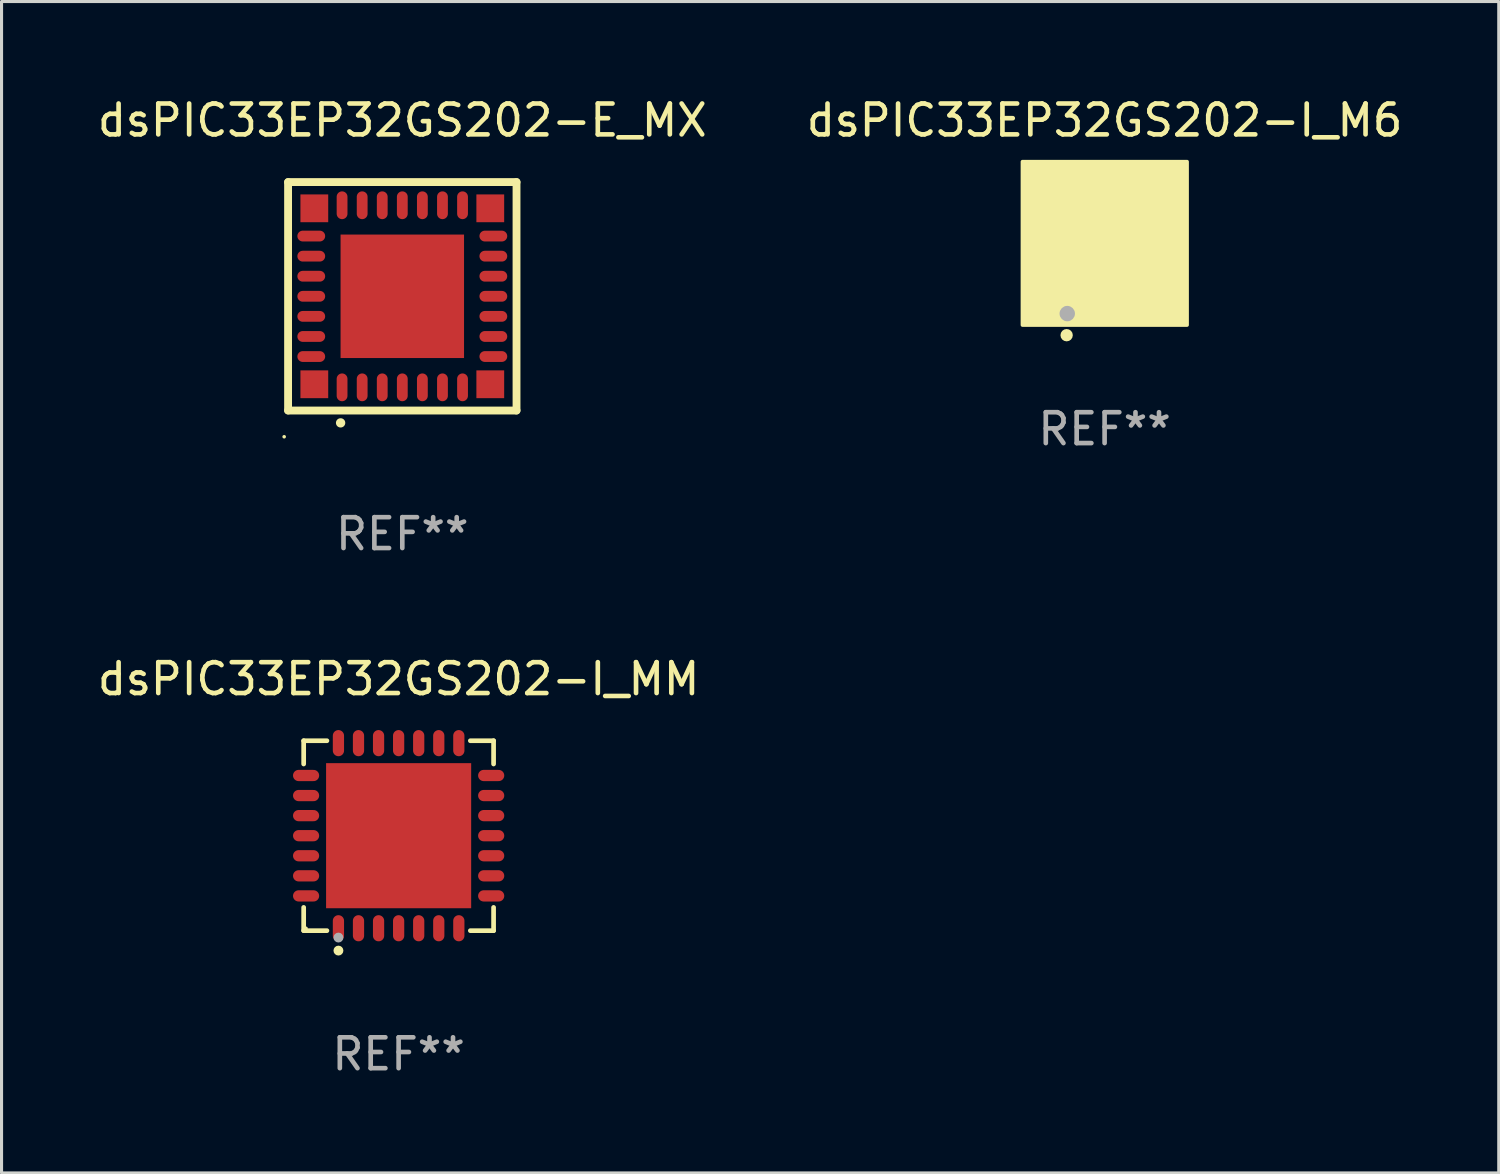
<source format=kicad_pcb>
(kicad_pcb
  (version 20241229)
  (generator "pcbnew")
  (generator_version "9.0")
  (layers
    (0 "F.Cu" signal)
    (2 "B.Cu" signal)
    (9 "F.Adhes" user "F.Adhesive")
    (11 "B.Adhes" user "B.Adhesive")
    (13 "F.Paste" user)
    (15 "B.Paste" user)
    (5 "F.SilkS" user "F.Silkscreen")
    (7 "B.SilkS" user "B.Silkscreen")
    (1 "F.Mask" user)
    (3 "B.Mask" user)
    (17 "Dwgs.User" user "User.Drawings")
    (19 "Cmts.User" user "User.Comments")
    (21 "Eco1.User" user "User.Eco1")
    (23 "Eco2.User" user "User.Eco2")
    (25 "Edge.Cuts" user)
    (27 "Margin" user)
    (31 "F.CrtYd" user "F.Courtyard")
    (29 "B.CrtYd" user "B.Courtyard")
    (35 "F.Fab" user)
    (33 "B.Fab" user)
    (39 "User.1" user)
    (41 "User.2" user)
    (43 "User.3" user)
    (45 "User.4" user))
  (footprint "dsPIC33EP32GS202-I_MM"
    (layer "F.Cu")
    (at 9.863 24.021)
    (property "Reference" "dsPIC33EP32GS202-I_MM" (at 0 -5.076 0) (layer "F.SilkS") (effects (font (size 1 1) (thickness 0.15))))
    (attr through_hole)
    (fp_line (start -3.076 -3.076) (end -2.323 -3.076) (stroke (width 0.152) (type solid)) (layer "F.SilkS"))
    (fp_line (start -3.076 -2.323) (end -3.076 -3.076) (stroke (width 0.152) (type solid)) (layer "F.SilkS"))
    (fp_line (start -3.076 2.323) (end -3.076 3.076) (stroke (width 0.152) (type solid)) (layer "F.SilkS"))
    (fp_line (start -3.076 3.076) (end -2.323 3.076) (stroke (width 0.152) (type solid)) (layer "F.SilkS"))
    (fp_line (start 3.076 -3.076) (end 2.323 -3.076) (stroke (width 0.152) (type solid)) (layer "F.SilkS"))
    (fp_line (start 3.076 -2.323) (end 3.076 -3.076) (stroke (width 0.152) (type solid)) (layer "F.SilkS"))
    (fp_line (start 3.076 2.323) (end 3.076 3.076) (stroke (width 0.152) (type solid)) (layer "F.SilkS"))
    (fp_line (start 3.076 3.076) (end 2.323 3.076) (stroke (width 0.152) (type solid)) (layer "F.SilkS"))
    (fp_circle (center -3 3) (end -2.97 3) (stroke (width 0.06) (type solid)) (fill no) (layer "F.SilkS"))
    (fp_circle (center -1.95 3.722) (end -1.87 3.722) (stroke (width 0.16) (type solid)) (fill no) (layer "F.SilkS"))
    (fp_circle (center -1.95 3.3) (end -1.87 3.3) (stroke (width 0.16) (type solid)) (fill no) (layer "F.Fab"))
    (fp_text user "REF**" (at 0 7.076 0) (layer "F.Fab") (effects (font (size 1 1) (thickness 0.15))))
    (pad "1" smd oval (at -1.95 2.998) (size 0.364 0.847) (layers "F.Cu" "F.Mask" "F.Paste"))
    (pad "2" smd oval (at -1.3 2.998) (size 0.364 0.847) (layers "F.Cu" "F.Mask" "F.Paste"))
    (pad "3" smd oval (at -0.65 2.998) (size 0.364 0.847) (layers "F.Cu" "F.Mask" "F.Paste"))
    (pad "4" smd oval (at 0 2.998) (size 0.364 0.847) (layers "F.Cu" "F.Mask" "F.Paste"))
    (pad "5" smd oval (at 0.65 2.998) (size 0.364 0.847) (layers "F.Cu" "F.Mask" "F.Paste"))
    (pad "6" smd oval (at 1.3 2.998) (size 0.364 0.847) (layers "F.Cu" "F.Mask" "F.Paste"))
    (pad "7" smd oval (at 1.95 2.998) (size 0.364 0.847) (layers "F.Cu" "F.Mask" "F.Paste"))
    (pad "8" smd oval (at 2.998 1.95) (size 0.847 0.364) (layers "F.Cu" "F.Mask" "F.Paste"))
    (pad "9" smd oval (at 2.998 1.3) (size 0.847 0.364) (layers "F.Cu" "F.Mask" "F.Paste"))
    (pad "10" smd oval (at 2.998 0.65) (size 0.847 0.364) (layers "F.Cu" "F.Mask" "F.Paste"))
    (pad "11" smd oval (at 2.998 0) (size 0.847 0.364) (layers "F.Cu" "F.Mask" "F.Paste"))
    (pad "12" smd oval (at 2.998 -0.65) (size 0.847 0.364) (layers "F.Cu" "F.Mask" "F.Paste"))
    (pad "13" smd oval (at 2.998 -1.3) (size 0.847 0.364) (layers "F.Cu" "F.Mask" "F.Paste"))
    (pad "14" smd oval (at 2.998 -1.95) (size 0.847 0.364) (layers "F.Cu" "F.Mask" "F.Paste"))
    (pad "15" smd oval (at 1.95 -2.998) (size 0.364 0.847) (layers "F.Cu" "F.Mask" "F.Paste"))
    (pad "16" smd oval (at 1.3 -2.998) (size 0.364 0.847) (layers "F.Cu" "F.Mask" "F.Paste"))
    (pad "17" smd oval (at 0.65 -2.998) (size 0.364 0.847) (layers "F.Cu" "F.Mask" "F.Paste"))
    (pad "18" smd oval (at 0 -2.998) (size 0.364 0.847) (layers "F.Cu" "F.Mask" "F.Paste"))
    (pad "19" smd oval (at -0.65 -2.998) (size 0.364 0.847) (layers "F.Cu" "F.Mask" "F.Paste"))
    (pad "20" smd oval (at -1.3 -2.998) (size 0.364 0.847) (layers "F.Cu" "F.Mask" "F.Paste"))
    (pad "21" smd oval (at -1.95 -2.998) (size 0.364 0.847) (layers "F.Cu" "F.Mask" "F.Paste"))
    (pad "22" smd oval (at -2.998 -1.95) (size 0.847 0.364) (layers "F.Cu" "F.Mask" "F.Paste"))
    (pad "23" smd oval (at -2.998 -1.3) (size 0.847 0.364) (layers "F.Cu" "F.Mask" "F.Paste"))
    (pad "24" smd oval (at -2.998 -0.65) (size 0.847 0.364) (layers "F.Cu" "F.Mask" "F.Paste"))
    (pad "25" smd oval (at -2.998 0) (size 0.847 0.364) (layers "F.Cu" "F.Mask" "F.Paste"))
    (pad "26" smd oval (at -2.998 0.65) (size 0.847 0.364) (layers "F.Cu" "F.Mask" "F.Paste"))
    (pad "27" smd oval (at -2.998 1.3) (size 0.847 0.364) (layers "F.Cu" "F.Mask" "F.Paste"))
    (pad "28" smd oval (at -2.998 1.95) (size 0.847 0.364) (layers "F.Cu" "F.Mask" "F.Paste"))
    (pad "29" smd rect (at 0 0) (size 4.7 4.7) (layers "F.Cu" "F.Mask" "F.Paste")))
  (footprint "dsPIC33EP32GS202-E_MX"
    (layer "F.Cu")
    (at 9.982 6.548)
    (property "Reference" "dsPIC33EP32GS202-E_MX" (at 0 -5.7 0) (layer "F.SilkS") (effects (font (size 1 1) (thickness 0.15))))
    (attr through_hole)
    (fp_line (start -3.7 -3.7) (end 3.7 -3.7) (stroke (width 0.254) (type solid)) (layer "F.SilkS"))
    (fp_line (start -3.7 3.7) (end -3.7 -3.7) (stroke (width 0.254) (type solid)) (layer "F.SilkS"))
    (fp_line (start 3.7 -3.7) (end 3.7 3.7) (stroke (width 0.254) (type solid)) (layer "F.SilkS"))
    (fp_line (start 3.7 3.7) (end -3.7 3.7) (stroke (width 0.254) (type solid)) (layer "F.SilkS"))
    (fp_arc (start -2 4.1) (mid -1.99873 4.099995) (end -1.99746 4.1) (stroke (width 0.3) (type solid)) (layer "F.SilkS"))
    (fp_circle (center -3.827 4.55) (end -3.797 4.55) (stroke (width 0.06) (type solid)) (fill no) (layer "F.SilkS"))
    (fp_text user "REF**" (at 0 7.7 0) (layer "F.Fab") (effects (font (size 1 1) (thickness 0.15))))
    (pad "1" smd oval (at -1.951 2.949 180) (size 0.35 0.9) (layers "F.Cu" "F.Mask" "F.Paste"))
    (pad "2" smd oval (at -1.3 2.949 180) (size 0.35 0.9) (layers "F.Cu" "F.Mask" "F.Paste"))
    (pad "3" smd oval (at -0.65 2.949 180) (size 0.35 0.9) (layers "F.Cu" "F.Mask" "F.Paste"))
    (pad "4" smd oval (at 0.000051 2.949 180) (size 0.35 0.9) (layers "F.Cu" "F.Mask" "F.Paste"))
    (pad "5" smd oval (at 0.65 2.949 180) (size 0.35 0.9) (layers "F.Cu" "F.Mask" "F.Paste"))
    (pad "6" smd oval (at 1.301 2.949 180) (size 0.35 0.9) (layers "F.Cu" "F.Mask" "F.Paste"))
    (pad "7" smd oval (at 1.951 2.949 180) (size 0.35 0.9) (layers "F.Cu" "F.Mask" "F.Paste"))
    (pad "8" smd oval (at 2.949 1.951 90) (size 0.35 0.9) (layers "F.Cu" "F.Mask" "F.Paste"))
    (pad "9" smd oval (at 2.949 1.301 90) (size 0.35 0.9) (layers "F.Cu" "F.Mask" "F.Paste"))
    (pad "10" smd oval (at 2.949 0.65 90) (size 0.35 0.9) (layers "F.Cu" "F.Mask" "F.Paste"))
    (pad "11" smd oval (at 2.949 0.000051 90) (size 0.35 0.9) (layers "F.Cu" "F.Mask" "F.Paste"))
    (pad "12" smd oval (at 2.949 -0.65 90) (size 0.35 0.9) (layers "F.Cu" "F.Mask" "F.Paste"))
    (pad "13" smd oval (at 2.949 -1.3 90) (size 0.35 0.9) (layers "F.Cu" "F.Mask" "F.Paste"))
    (pad "14" smd oval (at 2.949 -1.951 90) (size 0.35 0.9) (layers "F.Cu" "F.Mask" "F.Paste"))
    (pad "15" smd oval (at 1.951 -2.949 180) (size 0.35 0.9) (layers "F.Cu" "F.Mask" "F.Paste"))
    (pad "16" smd oval (at 1.301 -2.949 180) (size 0.35 0.9) (layers "F.Cu" "F.Mask" "F.Paste"))
    (pad "17" smd oval (at 0.65 -2.949 180) (size 0.35 0.9) (layers "F.Cu" "F.Mask" "F.Paste"))
    (pad "18" smd oval (at 0.000051 -2.949 180) (size 0.35 0.9) (layers "F.Cu" "F.Mask" "F.Paste"))
    (pad "19" smd oval (at -0.65 -2.949 180) (size 0.35 0.9) (layers "F.Cu" "F.Mask" "F.Paste"))
    (pad "20" smd oval (at -1.3 -2.949 180) (size 0.35 0.9) (layers "F.Cu" "F.Mask" "F.Paste"))
    (pad "21" smd oval (at -1.951 -2.949 180) (size 0.35 0.9) (layers "F.Cu" "F.Mask" "F.Paste"))
    (pad "22" smd oval (at -2.949 -1.951 90) (size 0.35 0.9) (layers "F.Cu" "F.Mask" "F.Paste"))
    (pad "23" smd oval (at -2.949 -1.3 90) (size 0.35 0.9) (layers "F.Cu" "F.Mask" "F.Paste"))
    (pad "24" smd oval (at -2.949 -0.65 90) (size 0.35 0.9) (layers "F.Cu" "F.Mask" "F.Paste"))
    (pad "25" smd oval (at -2.949 0.000051 90) (size 0.35 0.9) (layers "F.Cu" "F.Mask" "F.Paste"))
    (pad "26" smd oval (at -2.949 0.65 90) (size 0.35 0.9) (layers "F.Cu" "F.Mask" "F.Paste"))
    (pad "27" smd oval (at -2.949 1.301 90) (size 0.35 0.9) (layers "F.Cu" "F.Mask" "F.Paste"))
    (pad "28" smd oval (at -2.949 1.951 90) (size 0.35 0.9) (layers "F.Cu" "F.Mask" "F.Paste"))
    (pad "29" smd rect (at -2.85 -2.85 90) (size 0.9 0.9) (layers "F.Cu" "F.Mask" "F.Paste"))
    (pad "29" smd rect (at -2.85 2.85 90) (size 0.9 0.9) (layers "F.Cu" "F.Mask" "F.Paste"))
    (pad "29" smd rect (at 0.000051 0.000051 90) (size 4 4) (layers "F.Cu" "F.Mask" "F.Paste"))
    (pad "29" smd rect (at 2.85 -2.85 90) (size 0.9 0.9) (layers "F.Cu" "F.Mask" "F.Paste"))
    (pad "29" smd rect (at 2.85 2.85 90) (size 0.9 0.9) (layers "F.Cu" "F.Mask" "F.Paste")))
  (footprint "dsPIC33EP32GS202-I_M6"
    (layer "F.Cu")
    (at 32.732 4.848)
    (property "Reference" "dsPIC33EP32GS202-I_M6" (at 0 -4 0) (layer "F.SilkS") (effects (font (size 1 1) (thickness 0.15))))
    (attr through_hole)
    (fp_circle (center -2 2) (end -1.97 2) (stroke (width 0.06) (type solid)) (fill no) (layer "F.SilkS"))
    (fp_circle (center -1.23 2.96) (end -1.13 2.96) (stroke (width 0.2) (type solid)) (fill no) (layer "F.SilkS"))
    (fp_poly (pts (xy -2.66 -2.66) (xy 2.67 -2.66) (xy 2.67 2.63) (xy -2.66 2.63)) (stroke (width 0.12) (type solid)) (fill yes) (layer "F.SilkS"))
    (fp_circle (center -1.21 2.26) (end -1.085 2.26) (stroke (width 0.25) (type solid)) (fill no) (layer "F.Fab"))
    (fp_text user "REF**" (at 0 6 0) (layer "F.Fab") (effects (font (size 1 1) (thickness 0.15))))
    (pad "1" smd rect (at -1.2 2 180) (size 0.2 0.85) (layers "F.Cu" "F.Mask" "F.Paste"))
    (pad "2" smd rect (at -0.8 2 180) (size 0.2 0.85) (layers "F.Cu" "F.Mask" "F.Paste"))
    (pad "3" smd rect (at -0.4 2 180) (size 0.2 0.85) (layers "F.Cu" "F.Mask" "F.Paste"))
    (pad "4" smd rect (at -0.000025 2 180) (size 0.2 0.85) (layers "F.Cu" "F.Mask" "F.Paste"))
    (pad "5" smd rect (at 0.4 2 180) (size 0.2 0.85) (layers "F.Cu" "F.Mask" "F.Paste"))
    (pad "6" smd rect (at 0.8 2 180) (size 0.2 0.85) (layers "F.Cu" "F.Mask" "F.Paste"))
    (pad "7" smd rect (at 1.2 2 180) (size 0.2 0.85) (layers "F.Cu" "F.Mask" "F.Paste"))
    (pad "8" smd rect (at 2 1.2 270) (size 0.2 0.85) (layers "F.Cu" "F.Mask" "F.Paste"))
    (pad "9" smd rect (at 2 0.8 270) (size 0.2 0.85) (layers "F.Cu" "F.Mask" "F.Paste"))
    (pad "10" smd rect (at 2 0.4 270) (size 0.2 0.85) (layers "F.Cu" "F.Mask" "F.Paste"))
    (pad "11" smd rect (at 2 -0.000025 270) (size 0.2 0.85) (layers "F.Cu" "F.Mask" "F.Paste"))
    (pad "12" smd rect (at 2 -0.4 270) (size 0.2 0.85) (layers "F.Cu" "F.Mask" "F.Paste"))
    (pad "13" smd rect (at 2 -0.8 270) (size 0.2 0.85) (layers "F.Cu" "F.Mask" "F.Paste"))
    (pad "14" smd rect (at 2 -1.2 270) (size 0.2 0.85) (layers "F.Cu" "F.Mask" "F.Paste"))
    (pad "15" smd rect (at 1.2 -2) (size 0.2 0.85) (layers "F.Cu" "F.Mask" "F.Paste"))
    (pad "16" smd rect (at 0.8 -2) (size 0.2 0.85) (layers "F.Cu" "F.Mask" "F.Paste"))
    (pad "17" smd rect (at 0.4 -2) (size 0.2 0.85) (layers "F.Cu" "F.Mask" "F.Paste"))
    (pad "18" smd rect (at -0.000051 -2) (size 0.2 0.85) (layers "F.Cu" "F.Mask" "F.Paste"))
    (pad "19" smd rect (at -0.4 -2) (size 0.2 0.85) (layers "F.Cu" "F.Mask" "F.Paste"))
    (pad "20" smd rect (at -0.8 -2) (size 0.2 0.85) (layers "F.Cu" "F.Mask" "F.Paste"))
    (pad "21" smd rect (at -1.2 -2) (size 0.2 0.85) (layers "F.Cu" "F.Mask" "F.Paste"))
    (pad "22" smd rect (at -2 -1.2 90) (size 0.2 0.85) (layers "F.Cu" "F.Mask" "F.Paste"))
    (pad "23" smd rect (at -2 -0.8 90) (size 0.2 0.85) (layers "F.Cu" "F.Mask" "F.Paste"))
    (pad "24" smd rect (at -2 -0.4 90) (size 0.2 0.85) (layers "F.Cu" "F.Mask" "F.Paste"))
    (pad "25" smd rect (at -2 -0.000025 90) (size 0.2 0.85) (layers "F.Cu" "F.Mask" "F.Paste"))
    (pad "26" smd rect (at -2 0.4 90) (size 0.2 0.85) (layers "F.Cu" "F.Mask" "F.Paste"))
    (pad "27" smd rect (at -2 0.8 90) (size 0.2 0.85) (layers "F.Cu" "F.Mask" "F.Paste"))
    (pad "28" smd rect (at -2 1.2 90) (size 0.2 0.85) (layers "F.Cu" "F.Mask" "F.Paste"))
    (pad "29" smd rect (at -1.95 -1.95 90) (size 0.78 0.78) (layers "F.Cu" "F.Mask" "F.Paste"))
    (pad "29" smd rect (at -1.95 1.95 90) (size 0.78 0.78) (layers "F.Cu" "F.Mask" "F.Paste"))
    (pad "29" smd rect (at 0.000254 0 90) (size 2 2) (layers "F.Cu" "F.Mask" "F.Paste"))
    (pad "29" smd rect (at 1.95 -1.95 90) (size 0.78 0.78) (layers "F.Cu" "F.Mask" "F.Paste"))
    (pad "29" smd rect (at 1.95 1.95 90) (size 0.78 0.78) (layers "F.Cu" "F.Mask" "F.Paste")))
  (gr_rect
    (start -3 -3)
    (end 45.5 34.945)
    (stroke (width 0.1) (type default))
    (fill no)
    (layer "Edge.Cuts")))
</source>
